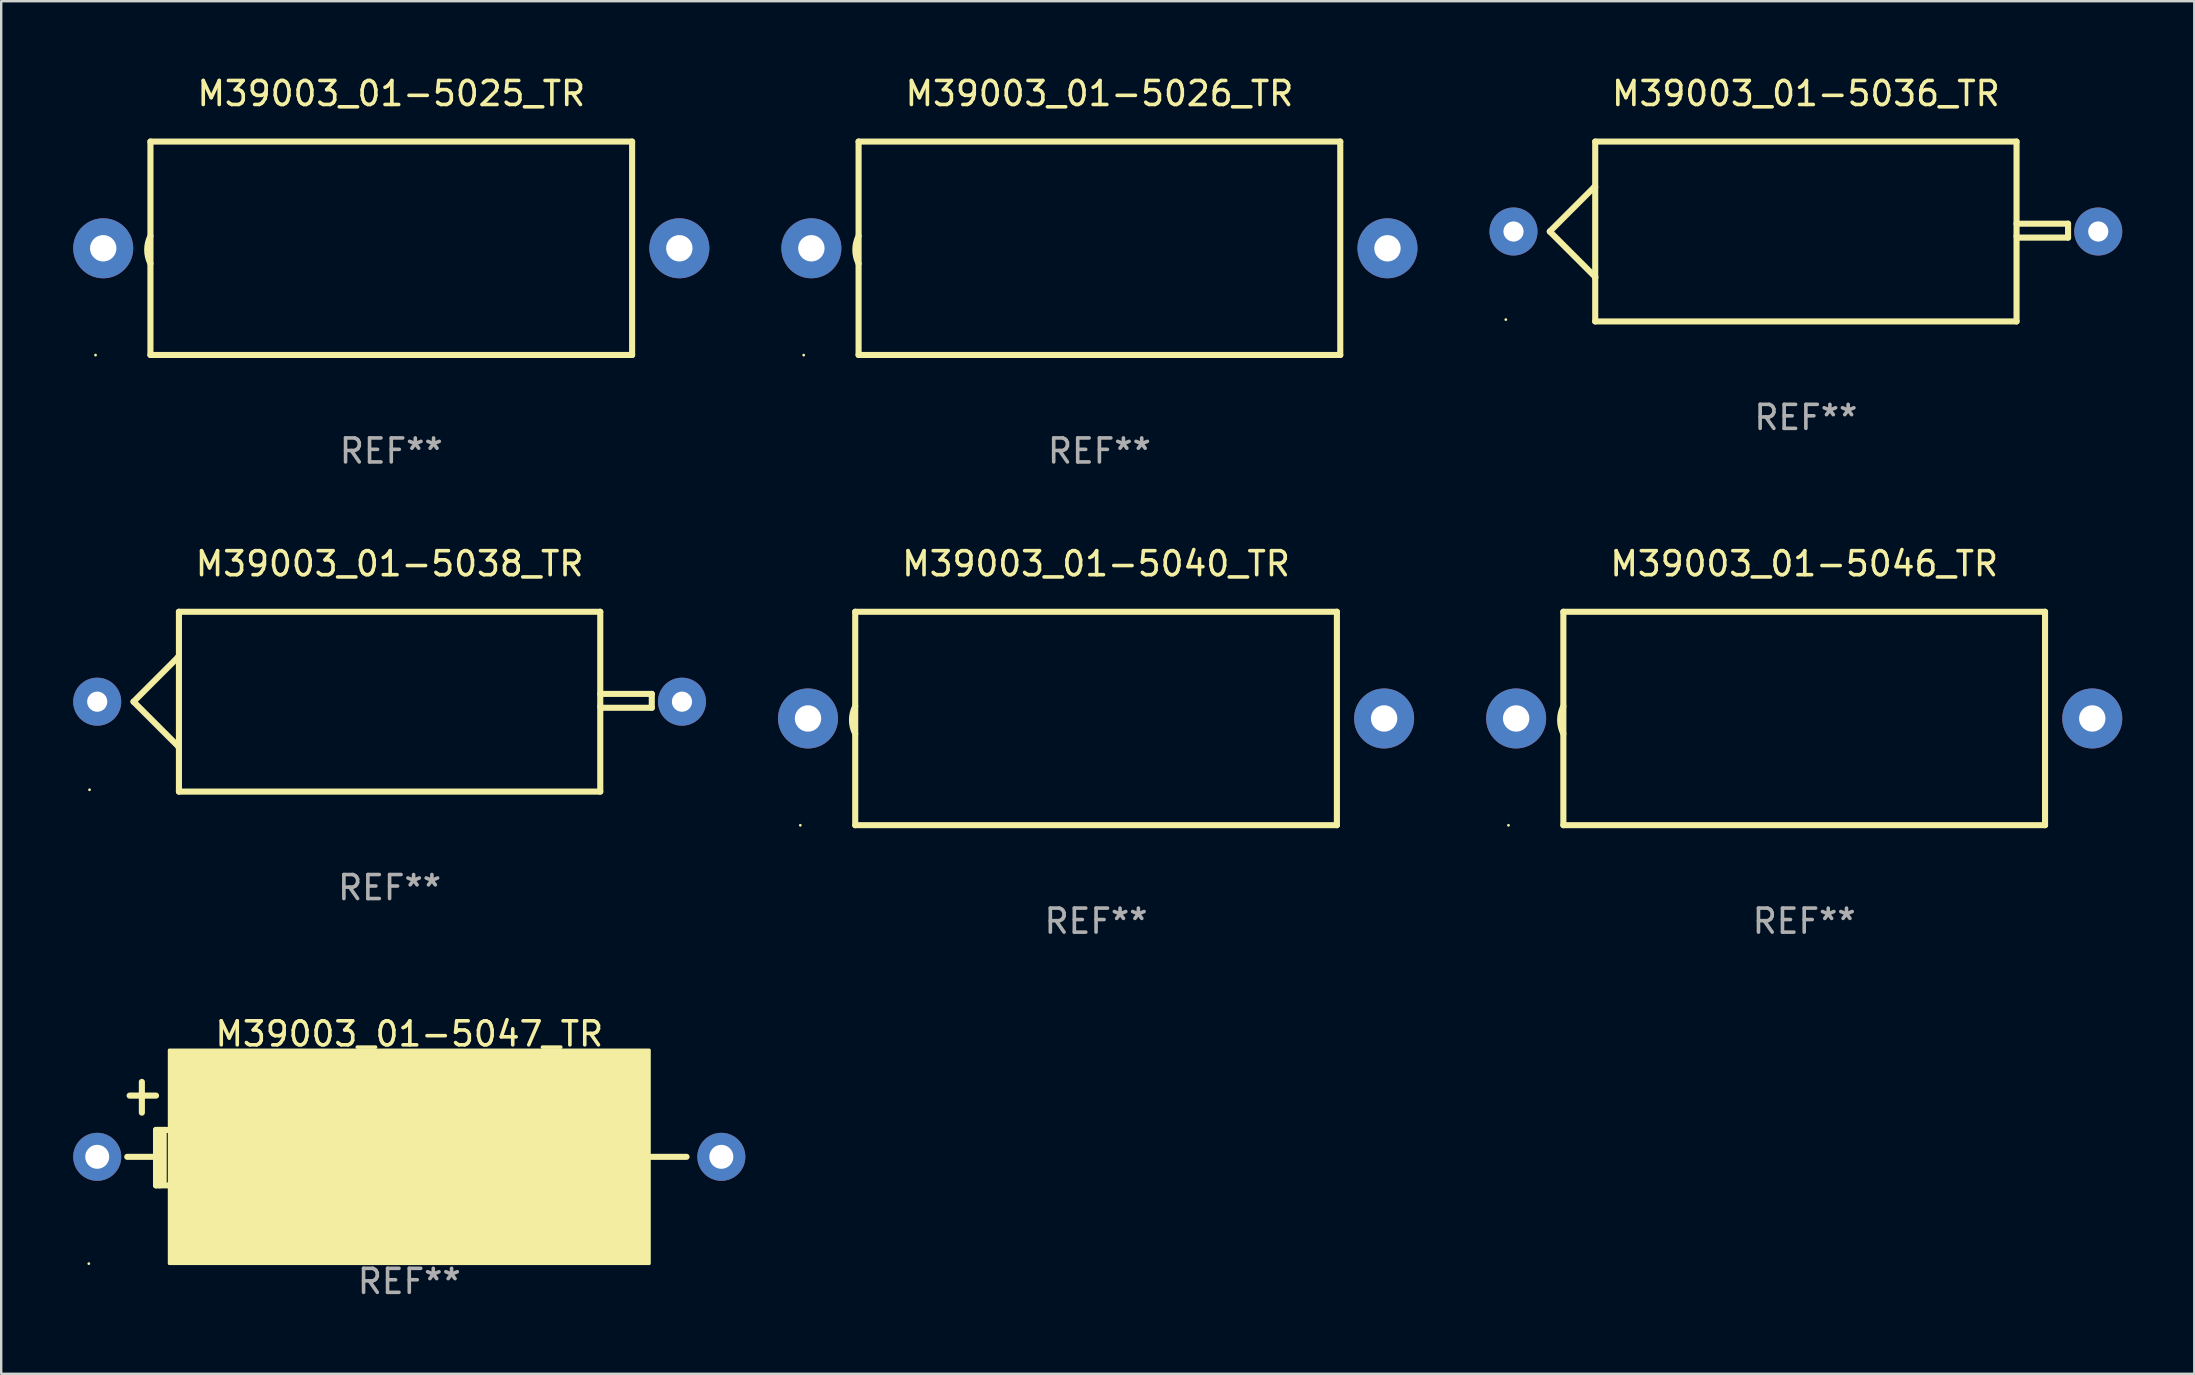
<source format=kicad_pcb>
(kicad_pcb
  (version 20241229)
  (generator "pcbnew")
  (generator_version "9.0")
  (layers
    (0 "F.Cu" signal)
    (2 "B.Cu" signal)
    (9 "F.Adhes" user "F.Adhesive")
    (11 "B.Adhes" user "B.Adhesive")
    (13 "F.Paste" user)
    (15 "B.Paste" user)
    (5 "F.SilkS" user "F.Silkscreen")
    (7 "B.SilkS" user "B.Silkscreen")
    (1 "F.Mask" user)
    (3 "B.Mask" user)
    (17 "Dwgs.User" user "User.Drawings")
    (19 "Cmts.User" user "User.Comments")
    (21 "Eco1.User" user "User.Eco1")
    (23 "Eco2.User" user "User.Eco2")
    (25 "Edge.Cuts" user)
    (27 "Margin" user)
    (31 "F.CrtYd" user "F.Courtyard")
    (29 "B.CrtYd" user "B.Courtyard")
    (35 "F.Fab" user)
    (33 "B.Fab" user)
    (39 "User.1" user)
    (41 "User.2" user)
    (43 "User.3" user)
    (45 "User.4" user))
  (footprint "M39003_01-5026_TR"
    (layer "F.Cu")
    (at 42.75 7.293)
    (property "Reference" "M39003_01-5026_TR" (at 0 -6.445 0) (layer "F.SilkS") (effects (font (size 1 1) (thickness 0.15))))
    (attr through_hole)
    (fp_line (start -10.033 -4.445) (end -10.033 4.445) (stroke (width 0.254) (type solid)) (layer "F.SilkS"))
    (fp_line (start -10.033 4.445) (end 10.033 4.445) (stroke (width 0.254) (type solid)) (layer "F.SilkS"))
    (fp_line (start 10.033 -4.445) (end -10.033 -4.445) (stroke (width 0.254) (type solid)) (layer "F.SilkS"))
    (fp_line (start 10.033 4.445) (end 10.033 -4.445) (stroke (width 0.254) (type solid)) (layer "F.SilkS"))
    (fp_arc (start -10.03302 0.635001) (mid -10.167933 0.0635) (end -10.03302 -0.508001) (stroke (width 0.254001) (type solid)) (layer "F.SilkS"))
    (fp_circle (center -12.32 4.45) (end -12.29 4.45) (stroke (width 0.06) (type solid)) (fill no) (layer "F.SilkS"))
    (fp_text user "REF**" (at 0 8.445 0) (layer "F.Fab") (effects (font (size 1 1) (thickness 0.15))))
    (pad "1" thru_hole circle (at -12 0) (size 2.5 2.5) (drill 1.1) (layers "*.Cu" "*.Mask"))
    (pad "2" thru_hole circle (at 12 0) (size 2.5 2.5) (drill 1.1) (layers "*.Cu" "*.Mask")))
  (footprint "M39003_01-5036_TR"
    (layer "F.Cu")
    (at 72.18 6.594)
    (property "Reference" "M39003_01-5036_TR" (at 0 -5.746 0) (layer "F.SilkS") (effects (font (size 1 1) (thickness 0.15))))
    (attr through_hole)
    (fp_line (start -10.668 0) (end -8.776 1.892) (stroke (width 0.254) (type solid)) (layer "F.SilkS"))
    (fp_line (start -8.821 -1.847) (end -10.668 0) (stroke (width 0.254) (type solid)) (layer "F.SilkS"))
    (fp_line (start -8.776 -1.847) (end -8.821 -1.847) (stroke (width 0.254) (type solid)) (layer "F.SilkS"))
    (fp_line (start -8.776 1.892) (end -8.776 1.943) (stroke (width 0.254) (type solid)) (layer "F.SilkS"))
    (fp_line (start -8.776 -3.746) (end 8.776 -3.746) (stroke (width 0.254) (type solid)) (layer "F.SilkS"))
    (fp_line (start -8.776 3.746) (end -8.776 -3.746) (stroke (width 0.254) (type solid)) (layer "F.SilkS"))
    (fp_line (start 8.776 -3.746) (end 8.776 3.746) (stroke (width 0.254) (type solid)) (layer "F.SilkS"))
    (fp_line (start 8.776 -0.325) (end 10.922 -0.325) (stroke (width 0.254) (type solid)) (layer "F.SilkS"))
    (fp_line (start 8.776 3.746) (end -8.776 3.746) (stroke (width 0.254) (type solid)) (layer "F.SilkS"))
    (fp_line (start 8.831 0.254) (end 8.776 0.199) (stroke (width 0.254) (type solid)) (layer "F.SilkS"))
    (fp_line (start 10.922 -0.325) (end 10.922 0.254) (stroke (width 0.254) (type solid)) (layer "F.SilkS"))
    (fp_line (start 10.922 0.254) (end 8.831 0.254) (stroke (width 0.254) (type solid)) (layer "F.SilkS"))
    (fp_circle (center -12.5 3.67) (end -12.47 3.67) (stroke (width 0.06) (type solid)) (fill no) (layer "F.SilkS"))
    (fp_text user "+" (at -8.323 0.924 0) (layer "B.Mask") (effects (font (size 1 1) (thickness 0.15))))
    (fp_text user "REF**" (at 0 7.746 0) (layer "F.Fab") (effects (font (size 1 1) (thickness 0.15))))
    (pad "1" thru_hole circle (at -12.18 0) (size 2 2) (drill 0.84) (layers "*.Cu" "*.Mask"))
    (pad "2" thru_hole circle (at 12.18 0) (size 2 2) (drill 0.84) (layers "*.Cu" "*.Mask")))
  (footprint "M39003_01-5040_TR"
    (layer "F.Cu")
    (at 42.61 26.88)
    (property "Reference" "M39003_01-5040_TR" (at 0 -6.445 0) (layer "F.SilkS") (effects (font (size 1 1) (thickness 0.15))))
    (attr through_hole)
    (fp_line (start -10.033 -4.445) (end -10.033 4.445) (stroke (width 0.254) (type solid)) (layer "F.SilkS"))
    (fp_line (start -10.033 4.445) (end 10.033 4.445) (stroke (width 0.254) (type solid)) (layer "F.SilkS"))
    (fp_line (start 10.033 -4.445) (end -10.033 -4.445) (stroke (width 0.254) (type solid)) (layer "F.SilkS"))
    (fp_line (start 10.033 4.445) (end 10.033 -4.445) (stroke (width 0.254) (type solid)) (layer "F.SilkS"))
    (fp_arc (start -10.03302 0.635001) (mid -10.167933 0.0635) (end -10.03302 -0.508001) (stroke (width 0.254001) (type solid)) (layer "F.SilkS"))
    (fp_circle (center -12.32 4.45) (end -12.29 4.45) (stroke (width 0.06) (type solid)) (fill no) (layer "F.SilkS"))
    (fp_text user "REF**" (at 0 8.445 0) (layer "F.Fab") (effects (font (size 1 1) (thickness 0.15))))
    (pad "1" thru_hole circle (at -12 0) (size 2.5 2.5) (drill 1.1) (layers "*.Cu" "*.Mask"))
    (pad "2" thru_hole circle (at 12 0) (size 2.5 2.5) (drill 1.1) (layers "*.Cu" "*.Mask")))
  (footprint "M39003_01-5046_TR"
    (layer "F.Cu")
    (at 72.11 26.88)
    (property "Reference" "M39003_01-5046_TR" (at 0 -6.445 0) (layer "F.SilkS") (effects (font (size 1 1) (thickness 0.15))))
    (attr through_hole)
    (fp_line (start -10.033 -4.445) (end -10.033 4.445) (stroke (width 0.254) (type solid)) (layer "F.SilkS"))
    (fp_line (start -10.033 4.445) (end 10.033 4.445) (stroke (width 0.254) (type solid)) (layer "F.SilkS"))
    (fp_line (start 10.033 -4.445) (end -10.033 -4.445) (stroke (width 0.254) (type solid)) (layer "F.SilkS"))
    (fp_line (start 10.033 4.445) (end 10.033 -4.445) (stroke (width 0.254) (type solid)) (layer "F.SilkS"))
    (fp_arc (start -10.03302 0.635001) (mid -10.167933 0.0635) (end -10.03302 -0.508001) (stroke (width 0.254001) (type solid)) (layer "F.SilkS"))
    (fp_circle (center -12.32 4.45) (end -12.29 4.45) (stroke (width 0.06) (type solid)) (fill no) (layer "F.SilkS"))
    (fp_text user "REF**" (at 0 8.445 0) (layer "F.Fab") (effects (font (size 1 1) (thickness 0.15))))
    (pad "1" thru_hole circle (at -12 0) (size 2.5 2.5) (drill 1.1) (layers "*.Cu" "*.Mask"))
    (pad "2" thru_hole circle (at 12 0) (size 2.5 2.5) (drill 1.1) (layers "*.Cu" "*.Mask")))
  (footprint "M39003_01-5047_TR"
    (layer "F.Cu")
    (at 14 44.176)
    (property "Reference" "M39003_01-5047_TR" (at 0 -4.155 0) (layer "F.SilkS") (effects (font (size 1 1) (thickness 0.15))))
    (attr through_hole)
    (fp_line (start -11.65 -1.585) (end -10.55 -1.585) (stroke (width 0.254) (type solid)) (layer "F.SilkS"))
    (fp_line (start -11.14 -2.155) (end -11.14 -0.875) (stroke (width 0.254) (type solid)) (layer "F.SilkS"))
    (fp_line (start -10.7 0.965) (end -11.75 0.965) (stroke (width 0.254) (type solid)) (layer "F.SilkS"))
    (fp_line (start -10.55 -0.155) (end -10.55 2.155) (stroke (width 0.254) (type solid)) (layer "F.SilkS"))
    (fp_line (start -10.55 2.155) (end -10.08 2.155) (stroke (width 0.254) (type solid)) (layer "F.SilkS"))
    (fp_line (start -10.396 -0.155) (end -10.396 2.155) (stroke (width 0.254) (type solid)) (layer "F.SilkS"))
    (fp_line (start -10.231 -0.155) (end -10.231 1.985) (stroke (width 0.254) (type solid)) (layer "F.SilkS"))
    (fp_line (start -10.08 -0.155) (end -10.55 -0.155) (stroke (width 0.254) (type solid)) (layer "F.SilkS"))
    (fp_line (start 10 0.965) (end 11.55 0.965) (stroke (width 0.254) (type solid)) (layer "F.SilkS"))
    (fp_circle (center -13.35 5.415) (end -13.32 5.415) (stroke (width 0.06) (type solid)) (fill no) (layer "F.SilkS"))
    (fp_poly (pts (xy -10 -3.485) (xy 10 -3.485) (xy 10 5.415) (xy -10 5.415)) (stroke (width 0.12) (type solid)) (fill yes) (layer "F.SilkS"))
    (fp_text user "REF**" (at 0 6.155 0) (layer "F.Fab") (effects (font (size 1 1) (thickness 0.15))))
    (pad "1" thru_hole circle (at -13 0.965) (size 2 2) (drill 1) (layers "*.Cu" "*.Mask"))
    (pad "2" thru_hole circle (at 13 0.965) (size 2 2) (drill 1) (layers "*.Cu" "*.Mask")))
  (footprint "M39003_01-5025_TR"
    (layer "F.Cu")
    (at 13.25 7.293)
    (property "Reference" "M39003_01-5025_TR" (at 0 -6.445 0) (layer "F.SilkS") (effects (font (size 1 1) (thickness 0.15))))
    (attr through_hole)
    (fp_line (start -10.033 -4.445) (end -10.033 4.445) (stroke (width 0.254) (type solid)) (layer "F.SilkS"))
    (fp_line (start -10.033 4.445) (end 10.033 4.445) (stroke (width 0.254) (type solid)) (layer "F.SilkS"))
    (fp_line (start 10.033 -4.445) (end -10.033 -4.445) (stroke (width 0.254) (type solid)) (layer "F.SilkS"))
    (fp_line (start 10.033 4.445) (end 10.033 -4.445) (stroke (width 0.254) (type solid)) (layer "F.SilkS"))
    (fp_arc (start -10.03302 0.635001) (mid -10.167933 0.0635) (end -10.03302 -0.508001) (stroke (width 0.254001) (type solid)) (layer "F.SilkS"))
    (fp_circle (center -12.32 4.45) (end -12.29 4.45) (stroke (width 0.06) (type solid)) (fill no) (layer "F.SilkS"))
    (fp_text user "REF**" (at 0 8.445 0) (layer "F.Fab") (effects (font (size 1 1) (thickness 0.15))))
    (pad "1" thru_hole circle (at -12 0) (size 2.5 2.5) (drill 1.1) (layers "*.Cu" "*.Mask"))
    (pad "2" thru_hole circle (at 12 0) (size 2.5 2.5) (drill 1.1) (layers "*.Cu" "*.Mask")))
  (footprint "M39003_01-5038_TR"
    (layer "F.Cu")
    (at 13.18 26.181)
    (property "Reference" "M39003_01-5038_TR" (at 0 -5.746 0) (layer "F.SilkS") (effects (font (size 1 1) (thickness 0.15))))
    (attr through_hole)
    (fp_line (start -10.668 0) (end -8.776 1.892) (stroke (width 0.254) (type solid)) (layer "F.SilkS"))
    (fp_line (start -8.821 -1.847) (end -10.668 0) (stroke (width 0.254) (type solid)) (layer "F.SilkS"))
    (fp_line (start -8.776 -1.847) (end -8.821 -1.847) (stroke (width 0.254) (type solid)) (layer "F.SilkS"))
    (fp_line (start -8.776 1.892) (end -8.776 1.943) (stroke (width 0.254) (type solid)) (layer "F.SilkS"))
    (fp_line (start -8.776 -3.746) (end 8.776 -3.746) (stroke (width 0.254) (type solid)) (layer "F.SilkS"))
    (fp_line (start -8.776 3.746) (end -8.776 -3.746) (stroke (width 0.254) (type solid)) (layer "F.SilkS"))
    (fp_line (start 8.776 -3.746) (end 8.776 3.746) (stroke (width 0.254) (type solid)) (layer "F.SilkS"))
    (fp_line (start 8.776 -0.325) (end 10.922 -0.325) (stroke (width 0.254) (type solid)) (layer "F.SilkS"))
    (fp_line (start 8.776 3.746) (end -8.776 3.746) (stroke (width 0.254) (type solid)) (layer "F.SilkS"))
    (fp_line (start 8.831 0.254) (end 8.776 0.199) (stroke (width 0.254) (type solid)) (layer "F.SilkS"))
    (fp_line (start 10.922 -0.325) (end 10.922 0.254) (stroke (width 0.254) (type solid)) (layer "F.SilkS"))
    (fp_line (start 10.922 0.254) (end 8.831 0.254) (stroke (width 0.254) (type solid)) (layer "F.SilkS"))
    (fp_circle (center -12.5 3.67) (end -12.47 3.67) (stroke (width 0.06) (type solid)) (fill no) (layer "F.SilkS"))
    (fp_text user "+" (at -8.323 0.924 0) (layer "B.Mask") (effects (font (size 1 1) (thickness 0.15))))
    (fp_text user "REF**" (at 0 7.746 0) (layer "F.Fab") (effects (font (size 1 1) (thickness 0.15))))
    (pad "1" thru_hole circle (at -12.18 0) (size 2 2) (drill 0.84) (layers "*.Cu" "*.Mask"))
    (pad "2" thru_hole circle (at 12.18 0) (size 2 2) (drill 0.84) (layers "*.Cu" "*.Mask")))
  (gr_rect
    (start -3 -3)
    (end 88.36 54.18)
    (stroke (width 0.1) (type default))
    (fill no)
    (layer "Edge.Cuts")))
</source>
